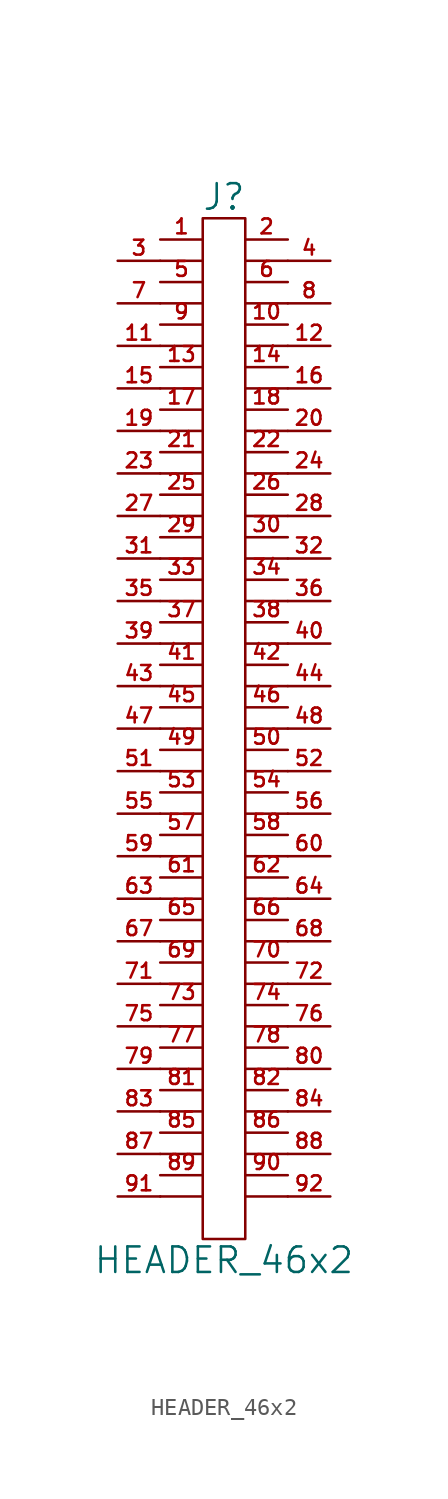
<source format=kicad_sym>
(kicad_symbol_lib
  (version 20201005)
  (generator kicad_symbol_editor)
  (symbol "HEADER_46x2"
    (pin_names
      (offset 0))
    (property "Reference" "J"
      (at 0 31.75 0)
      (effects (font (size 1.524 1.524))))
    (property "Value" "HEADER_46x2"
      (at 0 -31.75 0)
      (effects (font (size 1.524 1.524))))
    (property "Footprint" ""
      (at 0 5.08 0)
      (effects (font (size 1.524 1.524))))
    (property "Datasheet" ""
      (at 0 5.08 0)
      (effects (font (size 1.524 1.524))))
    (symbol "HEADER_46x2_0_1"
      (rectangle (start 1.27 -30.48) (end -1.27 30.48) (stroke (width 0)) (fill (type none)))
      (polyline (pts (xy -3.81 -27.94) (xy -1.27 -27.94)) (stroke (width 0)) (fill (type none)))
      (polyline (pts (xy -3.81 -25.4) (xy -1.27 -25.4)) (stroke (width 0)) (fill (type none)))
      (polyline (pts (xy -3.81 -22.86) (xy -1.27 -22.86)) (stroke (width 0)) (fill (type none)))
      (polyline (pts (xy -3.81 -20.32) (xy -1.27 -20.32)) (stroke (width 0)) (fill (type none)))
      (polyline (pts (xy -3.81 -17.78) (xy -1.27 -17.78)) (stroke (width 0)) (fill (type none)))
      (polyline (pts (xy -3.81 -15.24) (xy -1.27 -15.24)) (stroke (width 0)) (fill (type none)))
      (polyline (pts (xy -3.81 -12.7) (xy -1.27 -12.7)) (stroke (width 0)) (fill (type none)))
      (polyline (pts (xy -3.81 -10.16) (xy -1.27 -10.16)) (stroke (width 0)) (fill (type none)))
      (polyline (pts (xy -3.81 -7.62) (xy -1.27 -7.62)) (stroke (width 0)) (fill (type none)))
      (polyline (pts (xy -3.81 -5.08) (xy -1.27 -5.08)) (stroke (width 0)) (fill (type none)))
      (polyline (pts (xy -3.81 -2.54) (xy -1.27 -2.54)) (stroke (width 0)) (fill (type none)))
      (polyline (pts (xy -3.81 0) (xy -1.27 0)) (stroke (width 0)) (fill (type none)))
      (polyline (pts (xy -3.81 2.54) (xy -1.27 2.54)) (stroke (width 0)) (fill (type none)))
      (polyline (pts (xy -3.81 5.08) (xy -1.27 5.08)) (stroke (width 0)) (fill (type none)))
      (polyline (pts (xy -3.81 7.62) (xy -1.27 7.62)) (stroke (width 0)) (fill (type none)))
      (polyline (pts (xy -3.81 10.16) (xy -1.27 10.16)) (stroke (width 0)) (fill (type none)))
      (polyline (pts (xy -3.81 12.7) (xy -1.27 12.7)) (stroke (width 0)) (fill (type none)))
      (polyline (pts (xy -3.81 15.24) (xy -1.27 15.24)) (stroke (width 0)) (fill (type none)))
      (polyline (pts (xy -3.81 17.78) (xy -1.27 17.78)) (stroke (width 0)) (fill (type none)))
      (polyline (pts (xy -3.81 20.32) (xy -1.27 20.32)) (stroke (width 0)) (fill (type none)))
      (polyline (pts (xy -3.81 22.86) (xy -1.27 22.86)) (stroke (width 0)) (fill (type none)))
      (polyline (pts (xy -3.81 25.4) (xy -1.27 25.4)) (stroke (width 0)) (fill (type none)))
      (polyline (pts (xy -3.81 27.94) (xy -1.27 27.94)) (stroke (width 0)) (fill (type none)))
      (polyline (pts (xy 1.27 -27.94) (xy 3.81 -27.94)) (stroke (width 0)) (fill (type none)))
      (polyline (pts (xy 1.27 -25.4) (xy 3.81 -25.4)) (stroke (width 0)) (fill (type none)))
      (polyline (pts (xy 1.27 -22.86) (xy 3.81 -22.86)) (stroke (width 0)) (fill (type none)))
      (polyline (pts (xy 1.27 -20.32) (xy 3.81 -20.32)) (stroke (width 0)) (fill (type none)))
      (polyline (pts (xy 1.27 -17.78) (xy 3.81 -17.78)) (stroke (width 0)) (fill (type none)))
      (polyline (pts (xy 1.27 -15.24) (xy 3.81 -15.24)) (stroke (width 0)) (fill (type none)))
      (polyline (pts (xy 1.27 -12.7) (xy 3.81 -12.7)) (stroke (width 0)) (fill (type none)))
      (polyline (pts (xy 1.27 -10.16) (xy 3.81 -10.16)) (stroke (width 0)) (fill (type none)))
      (polyline (pts (xy 1.27 -7.62) (xy 3.81 -7.62)) (stroke (width 0)) (fill (type none)))
      (polyline (pts (xy 1.27 -5.08) (xy 3.81 -5.08)) (stroke (width 0)) (fill (type none)))
      (polyline (pts (xy 1.27 -2.54) (xy 3.81 -2.54)) (stroke (width 0)) (fill (type none)))
      (polyline (pts (xy 1.27 0) (xy 3.81 0)) (stroke (width 0)) (fill (type none)))
      (polyline (pts (xy 1.27 2.54) (xy 3.81 2.54)) (stroke (width 0)) (fill (type none)))
      (polyline (pts (xy 1.27 5.08) (xy 3.81 5.08)) (stroke (width 0)) (fill (type none)))
      (polyline (pts (xy 1.27 7.62) (xy 3.81 7.62)) (stroke (width 0)) (fill (type none)))
      (polyline (pts (xy 1.27 10.16) (xy 3.81 10.16)) (stroke (width 0)) (fill (type none)))
      (polyline (pts (xy 1.27 12.7) (xy 3.81 12.7)) (stroke (width 0)) (fill (type none)))
      (polyline (pts (xy 1.27 15.24) (xy 3.81 15.24)) (stroke (width 0)) (fill (type none)))
      (polyline (pts (xy 1.27 17.78) (xy 3.81 17.78)) (stroke (width 0)) (fill (type none)))
      (polyline (pts (xy 1.27 20.32) (xy 3.81 20.32)) (stroke (width 0)) (fill (type none)))
      (polyline (pts (xy 1.27 22.86) (xy 3.81 22.86)) (stroke (width 0)) (fill (type none)))
      (polyline (pts (xy 1.27 25.4) (xy 3.81 25.4)) (stroke (width 0)) (fill (type none)))
      (polyline (pts (xy 1.27 27.94) (xy 3.81 27.94)) (stroke (width 0)) (fill (type none))))
    (symbol "HEADER_46x2_1_1"
      (pin passive line (at -3.81 29.21 0) (length 2.54) (name "~" (effects (font (size 1.27 1.27)))) (number "1" (effects (font (size 0.889 0.889)))))
      (pin passive line (at 3.81 24.13 180) (length 2.54) (name "~" (effects (font (size 1.27 1.27)))) (number "10" (effects (font (size 0.889 0.889)))))
      (pin passive line (at -6.35 22.86 0) (length 2.54) (name "~" (effects (font (size 1.27 1.27)))) (number "11" (effects (font (size 0.889 0.889)))))
      (pin passive line (at 6.35 22.86 180) (length 2.54) (name "~" (effects (font (size 1.27 1.27)))) (number "12" (effects (font (size 0.889 0.889)))))
      (pin passive line (at -3.81 21.59 0) (length 2.54) (name "~" (effects (font (size 1.27 1.27)))) (number "13" (effects (font (size 0.889 0.889)))))
      (pin passive line (at 3.81 21.59 180) (length 2.54) (name "~" (effects (font (size 1.27 1.27)))) (number "14" (effects (font (size 0.889 0.889)))))
      (pin passive line (at -6.35 20.32 0) (length 2.54) (name "~" (effects (font (size 1.27 1.27)))) (number "15" (effects (font (size 0.889 0.889)))))
      (pin passive line (at 6.35 20.32 180) (length 2.54) (name "~" (effects (font (size 1.27 1.27)))) (number "16" (effects (font (size 0.889 0.889)))))
      (pin passive line (at -3.81 19.05 0) (length 2.54) (name "~" (effects (font (size 1.27 1.27)))) (number "17" (effects (font (size 0.889 0.889)))))
      (pin passive line (at 3.81 19.05 180) (length 2.54) (name "~" (effects (font (size 1.27 1.27)))) (number "18" (effects (font (size 0.889 0.889)))))
      (pin passive line (at -6.35 17.78 0) (length 2.54) (name "~" (effects (font (size 1.27 1.27)))) (number "19" (effects (font (size 0.889 0.889)))))
      (pin passive line (at 3.81 29.21 180) (length 2.54) (name "~" (effects (font (size 1.27 1.27)))) (number "2" (effects (font (size 0.889 0.889)))))
      (pin passive line (at 6.35 17.78 180) (length 2.54) (name "~" (effects (font (size 1.27 1.27)))) (number "20" (effects (font (size 0.889 0.889)))))
      (pin passive line (at -3.81 16.51 0) (length 2.54) (name "~" (effects (font (size 1.27 1.27)))) (number "21" (effects (font (size 0.889 0.889)))))
      (pin passive line (at 3.81 16.51 180) (length 2.54) (name "~" (effects (font (size 1.27 1.27)))) (number "22" (effects (font (size 0.889 0.889)))))
      (pin passive line (at -6.35 15.24 0) (length 2.54) (name "~" (effects (font (size 1.27 1.27)))) (number "23" (effects (font (size 0.889 0.889)))))
      (pin passive line (at 6.35 15.24 180) (length 2.54) (name "~" (effects (font (size 1.27 1.27)))) (number "24" (effects (font (size 0.889 0.889)))))
      (pin passive line (at -3.81 13.97 0) (length 2.54) (name "~" (effects (font (size 1.27 1.27)))) (number "25" (effects (font (size 0.889 0.889)))))
      (pin passive line (at 3.81 13.97 180) (length 2.54) (name "~" (effects (font (size 1.27 1.27)))) (number "26" (effects (font (size 0.889 0.889)))))
      (pin passive line (at -6.35 12.7 0) (length 2.54) (name "~" (effects (font (size 1.27 1.27)))) (number "27" (effects (font (size 0.889 0.889)))))
      (pin passive line (at 6.35 12.7 180) (length 2.54) (name "~" (effects (font (size 1.27 1.27)))) (number "28" (effects (font (size 0.889 0.889)))))
      (pin passive line (at -3.81 11.43 0) (length 2.54) (name "~" (effects (font (size 1.27 1.27)))) (number "29" (effects (font (size 0.889 0.889)))))
      (pin passive line (at -6.35 27.94 0) (length 2.54) (name "~" (effects (font (size 1.27 1.27)))) (number "3" (effects (font (size 0.889 0.889)))))
      (pin passive line (at 3.81 11.43 180) (length 2.54) (name "~" (effects (font (size 1.27 1.27)))) (number "30" (effects (font (size 0.889 0.889)))))
      (pin passive line (at -6.35 10.16 0) (length 2.54) (name "~" (effects (font (size 1.27 1.27)))) (number "31" (effects (font (size 0.889 0.889)))))
      (pin passive line (at 6.35 10.16 180) (length 2.54) (name "~" (effects (font (size 1.27 1.27)))) (number "32" (effects (font (size 0.889 0.889)))))
      (pin passive line (at -3.81 8.89 0) (length 2.54) (name "~" (effects (font (size 1.27 1.27)))) (number "33" (effects (font (size 0.889 0.889)))))
      (pin passive line (at 3.81 8.89 180) (length 2.54) (name "~" (effects (font (size 1.27 1.27)))) (number "34" (effects (font (size 0.889 0.889)))))
      (pin passive line (at -6.35 7.62 0) (length 2.54) (name "~" (effects (font (size 1.27 1.27)))) (number "35" (effects (font (size 0.889 0.889)))))
      (pin passive line (at 6.35 7.62 180) (length 2.54) (name "~" (effects (font (size 1.27 1.27)))) (number "36" (effects (font (size 0.889 0.889)))))
      (pin passive line (at -3.81 6.35 0) (length 2.54) (name "~" (effects (font (size 0.889 0.889)))) (number "37" (effects (font (size 0.889 0.889)))))
      (pin passive line (at 3.81 6.35 180) (length 2.54) (name "~" (effects (font (size 1.27 1.27)))) (number "38" (effects (font (size 0.889 0.889)))))
      (pin passive line (at -6.35 5.08 0) (length 2.54) (name "~" (effects (font (size 1.27 1.27)))) (number "39" (effects (font (size 0.889 0.889)))))
      (pin passive line (at 6.35 27.94 180) (length 2.54) (name "~" (effects (font (size 1.27 1.27)))) (number "4" (effects (font (size 0.889 0.889)))))
      (pin passive line (at 6.35 5.08 180) (length 2.54) (name "~" (effects (font (size 1.27 1.27)))) (number "40" (effects (font (size 0.889 0.889)))))
      (pin passive line (at -3.81 3.81 0) (length 2.54) (name "~" (effects (font (size 1.27 1.27)))) (number "41" (effects (font (size 0.889 0.889)))))
      (pin passive line (at 3.81 3.81 180) (length 2.54) (name "~" (effects (font (size 1.27 1.27)))) (number "42" (effects (font (size 0.889 0.889)))))
      (pin passive line (at -6.35 2.54 0) (length 2.54) (name "~" (effects (font (size 1.27 1.27)))) (number "43" (effects (font (size 0.889 0.889)))))
      (pin passive line (at 6.35 2.54 180) (length 2.54) (name "~" (effects (font (size 1.27 1.27)))) (number "44" (effects (font (size 0.889 0.889)))))
      (pin passive line (at -3.81 1.27 0) (length 2.54) (name "~" (effects (font (size 1.27 1.27)))) (number "45" (effects (font (size 0.889 0.889)))))
      (pin passive line (at 3.81 1.27 180) (length 2.54) (name "~" (effects (font (size 1.27 1.27)))) (number "46" (effects (font (size 0.889 0.889)))))
      (pin passive line (at -6.35 0 0) (length 2.54) (name "~" (effects (font (size 1.27 1.27)))) (number "47" (effects (font (size 0.889 0.889)))))
      (pin passive line (at 6.35 0 180) (length 2.54) (name "~" (effects (font (size 1.27 1.27)))) (number "48" (effects (font (size 0.889 0.889)))))
      (pin passive line (at -3.81 -1.27 0) (length 2.54) (name "~" (effects (font (size 1.27 1.27)))) (number "49" (effects (font (size 0.889 0.889)))))
      (pin passive line (at -3.81 26.67 0) (length 2.54) (name "~" (effects (font (size 1.27 1.27)))) (number "5" (effects (font (size 0.889 0.889)))))
      (pin passive line (at 3.81 -1.27 180) (length 2.54) (name "~" (effects (font (size 1.27 1.27)))) (number "50" (effects (font (size 0.889 0.889)))))
      (pin passive line (at -6.35 -2.54 0) (length 2.54) (name "~" (effects (font (size 1.27 1.27)))) (number "51" (effects (font (size 0.889 0.889)))))
      (pin passive line (at 6.35 -2.54 180) (length 2.54) (name "~" (effects (font (size 1.27 1.27)))) (number "52" (effects (font (size 0.889 0.889)))))
      (pin passive line (at -3.81 -3.81 0) (length 2.54) (name "~" (effects (font (size 1.27 1.27)))) (number "53" (effects (font (size 0.889 0.889)))))
      (pin passive line (at 3.81 -3.81 180) (length 2.54) (name "~" (effects (font (size 1.27 1.27)))) (number "54" (effects (font (size 0.889 0.889)))))
      (pin passive line (at -6.35 -5.08 0) (length 2.54) (name "~" (effects (font (size 1.27 1.27)))) (number "55" (effects (font (size 0.889 0.889)))))
      (pin passive line (at 6.35 -5.08 180) (length 2.54) (name "~" (effects (font (size 1.27 1.27)))) (number "56" (effects (font (size 0.889 0.889)))))
      (pin passive line (at -3.81 -6.35 0) (length 2.54) (name "~" (effects (font (size 1.27 1.27)))) (number "57" (effects (font (size 0.889 0.889)))))
      (pin passive line (at 3.81 -6.35 180) (length 2.54) (name "~" (effects (font (size 1.27 1.27)))) (number "58" (effects (font (size 0.889 0.889)))))
      (pin passive line (at -6.35 -7.62 0) (length 2.54) (name "~" (effects (font (size 1.27 1.27)))) (number "59" (effects (font (size 0.889 0.889)))))
      (pin passive line (at 3.81 26.67 180) (length 2.54) (name "~" (effects (font (size 1.27 1.27)))) (number "6" (effects (font (size 0.889 0.889)))))
      (pin passive line (at 6.35 -7.62 180) (length 2.54) (name "~" (effects (font (size 1.27 1.27)))) (number "60" (effects (font (size 0.889 0.889)))))
      (pin passive line (at -3.81 -8.89 0) (length 2.54) (name "~" (effects (font (size 1.27 1.27)))) (number "61" (effects (font (size 0.889 0.889)))))
      (pin passive line (at 3.81 -8.89 180) (length 2.54) (name "~" (effects (font (size 1.27 1.27)))) (number "62" (effects (font (size 0.889 0.889)))))
      (pin passive line (at -6.35 -10.16 0) (length 2.54) (name "~" (effects (font (size 1.27 1.27)))) (number "63" (effects (font (size 0.889 0.889)))))
      (pin passive line (at 6.35 -10.16 180) (length 2.54) (name "~" (effects (font (size 1.27 1.27)))) (number "64" (effects (font (size 0.889 0.889)))))
      (pin passive line (at -3.81 -11.43 0) (length 2.54) (name "~" (effects (font (size 1.27 1.27)))) (number "65" (effects (font (size 0.889 0.889)))))
      (pin passive line (at 3.81 -11.43 180) (length 2.54) (name "~" (effects (font (size 1.27 1.27)))) (number "66" (effects (font (size 0.889 0.889)))))
      (pin passive line (at -6.35 -12.7 0) (length 2.54) (name "~" (effects (font (size 1.27 1.27)))) (number "67" (effects (font (size 0.889 0.889)))))
      (pin passive line (at 6.35 -12.7 180) (length 2.54) (name "~" (effects (font (size 1.27 1.27)))) (number "68" (effects (font (size 0.889 0.889)))))
      (pin passive line (at -3.81 -13.97 0) (length 2.54) (name "~" (effects (font (size 1.27 1.27)))) (number "69" (effects (font (size 0.889 0.889)))))
      (pin passive line (at -6.35 25.4 0) (length 2.54) (name "~" (effects (font (size 1.27 1.27)))) (number "7" (effects (font (size 0.889 0.889)))))
      (pin passive line (at 3.81 -13.97 180) (length 2.54) (name "~" (effects (font (size 1.27 1.27)))) (number "70" (effects (font (size 0.889 0.889)))))
      (pin passive line (at -6.35 -15.24 0) (length 2.54) (name "~" (effects (font (size 1.27 1.27)))) (number "71" (effects (font (size 0.889 0.889)))))
      (pin passive line (at 6.35 -15.24 180) (length 2.54) (name "~" (effects (font (size 1.27 1.27)))) (number "72" (effects (font (size 0.889 0.889)))))
      (pin passive line (at -3.81 -16.51 0) (length 2.54) (name "~" (effects (font (size 1.27 1.27)))) (number "73" (effects (font (size 0.889 0.889)))))
      (pin passive line (at 3.81 -16.51 180) (length 2.54) (name "~" (effects (font (size 1.27 1.27)))) (number "74" (effects (font (size 0.889 0.889)))))
      (pin passive line (at -6.35 -17.78 0) (length 2.54) (name "~" (effects (font (size 1.27 1.27)))) (number "75" (effects (font (size 0.889 0.889)))))
      (pin passive line (at 6.35 -17.78 180) (length 2.54) (name "~" (effects (font (size 1.27 1.27)))) (number "76" (effects (font (size 0.889 0.889)))))
      (pin passive line (at -3.81 -19.05 0) (length 2.54) (name "~" (effects (font (size 1.27 1.27)))) (number "77" (effects (font (size 0.889 0.889)))))
      (pin passive line (at 3.81 -19.05 180) (length 2.54) (name "~" (effects (font (size 1.27 1.27)))) (number "78" (effects (font (size 0.889 0.889)))))
      (pin passive line (at -6.35 -20.32 0) (length 2.54) (name "~" (effects (font (size 1.27 1.27)))) (number "79" (effects (font (size 0.889 0.889)))))
      (pin passive line (at 6.35 25.4 180) (length 2.54) (name "~" (effects (font (size 1.27 1.27)))) (number "8" (effects (font (size 0.889 0.889)))))
      (pin passive line (at 6.35 -20.32 180) (length 2.54) (name "~" (effects (font (size 1.27 1.27)))) (number "80" (effects (font (size 0.889 0.889)))))
      (pin passive line (at -3.81 -21.59 0) (length 2.54) (name "~" (effects (font (size 1.27 1.27)))) (number "81" (effects (font (size 0.889 0.889)))))
      (pin passive line (at 3.81 -21.59 180) (length 2.54) (name "~" (effects (font (size 1.27 1.27)))) (number "82" (effects (font (size 0.889 0.889)))))
      (pin passive line (at -6.35 -22.86 0) (length 2.54) (name "~" (effects (font (size 1.27 1.27)))) (number "83" (effects (font (size 0.889 0.889)))))
      (pin passive line (at 6.35 -22.86 180) (length 2.54) (name "~" (effects (font (size 1.27 1.27)))) (number "84" (effects (font (size 0.889 0.889)))))
      (pin passive line (at -3.81 -24.13 0) (length 2.54) (name "~" (effects (font (size 1.27 1.27)))) (number "85" (effects (font (size 0.889 0.889)))))
      (pin passive line (at 3.81 -24.13 180) (length 2.54) (name "~" (effects (font (size 1.27 1.27)))) (number "86" (effects (font (size 0.889 0.889)))))
      (pin passive line (at -6.35 -25.4 0) (length 2.54) (name "~" (effects (font (size 1.27 1.27)))) (number "87" (effects (font (size 0.889 0.889)))))
      (pin passive line (at 6.35 -25.4 180) (length 2.54) (name "~" (effects (font (size 1.27 1.27)))) (number "88" (effects (font (size 0.889 0.889)))))
      (pin passive line (at -3.81 -26.67 0) (length 2.54) (name "~" (effects (font (size 1.27 1.27)))) (number "89" (effects (font (size 0.889 0.889)))))
      (pin passive line (at -3.81 24.13 0) (length 2.54) (name "~" (effects (font (size 1.27 1.27)))) (number "9" (effects (font (size 0.889 0.889)))))
      (pin passive line (at 3.81 -26.67 180) (length 2.54) (name "~" (effects (font (size 1.27 1.27)))) (number "90" (effects (font (size 0.889 0.889)))))
      (pin passive line (at -6.35 -27.94 0) (length 2.54) (name "~" (effects (font (size 1.27 1.27)))) (number "91" (effects (font (size 0.889 0.889)))))
      (pin passive line (at 6.35 -27.94 180) (length 2.54) (name "~" (effects (font (size 1.27 1.27)))) (number "92" (effects (font (size 0.889 0.889))))))))
</source>
